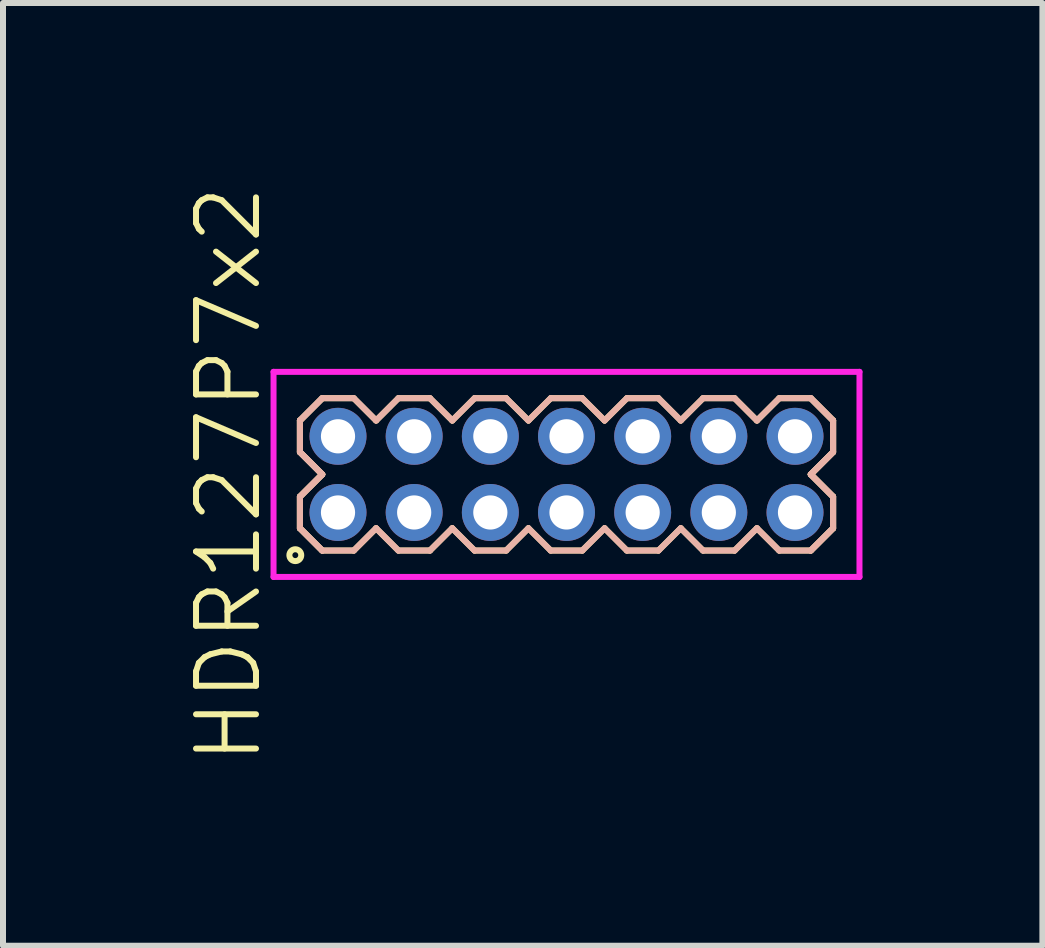
<source format=kicad_pcb>
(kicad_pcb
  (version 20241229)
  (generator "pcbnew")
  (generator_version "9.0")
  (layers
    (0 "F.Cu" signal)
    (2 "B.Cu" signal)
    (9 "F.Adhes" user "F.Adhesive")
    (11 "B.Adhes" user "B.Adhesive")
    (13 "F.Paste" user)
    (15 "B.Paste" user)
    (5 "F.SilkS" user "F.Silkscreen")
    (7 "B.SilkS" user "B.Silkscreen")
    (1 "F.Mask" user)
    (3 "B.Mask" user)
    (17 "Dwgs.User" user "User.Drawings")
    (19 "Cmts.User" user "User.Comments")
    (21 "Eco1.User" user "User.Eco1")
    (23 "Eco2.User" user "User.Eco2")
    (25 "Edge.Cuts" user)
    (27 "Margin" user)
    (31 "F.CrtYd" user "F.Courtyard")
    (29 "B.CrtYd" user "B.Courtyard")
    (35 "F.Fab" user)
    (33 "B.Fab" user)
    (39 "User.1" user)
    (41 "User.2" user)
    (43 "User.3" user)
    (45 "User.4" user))
  (footprint "HDR127P7x2"
    (layer "F.Cu")
    (at 6.396 4.86)
    (property "Reference" "HDR127P7x2" (at -5.635 0 90) (layer "F.SilkS") (effects (font (size 1 1) (thickness 0.1))))
    (attr through_hole)
    (fp_line (start -4.445 -0.898) (end -4.073 -1.27) (stroke (width 0.1) (type solid)) (layer "F.SilkS"))
    (fp_line (start -4.445 -0.898) (end -4.073 -1.27) (stroke (width 0.1) (type solid)) (layer "F.SilkS"))
    (fp_line (start -4.445 -0.372) (end -4.445 -0.898) (stroke (width 0.1) (type solid)) (layer "F.SilkS"))
    (fp_line (start -4.445 -0.372) (end -4.445 -0.898) (stroke (width 0.1) (type solid)) (layer "F.SilkS"))
    (fp_line (start -4.445 0.372) (end -4.073 0) (stroke (width 0.1) (type solid)) (layer "F.SilkS"))
    (fp_line (start -4.445 0.372) (end -4.073 0) (stroke (width 0.1) (type solid)) (layer "F.SilkS"))
    (fp_line (start -4.445 0.898) (end -4.445 0.372) (stroke (width 0.1) (type solid)) (layer "F.SilkS"))
    (fp_line (start -4.445 0.898) (end -4.445 0.372) (stroke (width 0.1) (type solid)) (layer "F.SilkS"))
    (fp_line (start -4.073 -1.27) (end -3.547 -1.27) (stroke (width 0.1) (type solid)) (layer "F.SilkS"))
    (fp_line (start -4.073 0) (end -4.445 -0.372) (stroke (width 0.1) (type solid)) (layer "F.SilkS"))
    (fp_line (start -4.073 0) (end -4.445 -0.372) (stroke (width 0.1) (type solid)) (layer "F.SilkS"))
    (fp_line (start -4.073 1.27) (end -4.445 0.898) (stroke (width 0.1) (type solid)) (layer "F.SilkS"))
    (fp_line (start -4.073 1.27) (end -4.445 0.898) (stroke (width 0.1) (type solid)) (layer "F.SilkS"))
    (fp_line (start -3.547 -1.27) (end -3.175 -0.898) (stroke (width 0.1) (type solid)) (layer "F.SilkS"))
    (fp_line (start -3.547 1.27) (end -4.073 1.27) (stroke (width 0.1) (type solid)) (layer "F.SilkS"))
    (fp_line (start -3.175 -0.898) (end -2.803 -1.27) (stroke (width 0.1) (type solid)) (layer "F.SilkS"))
    (fp_line (start -3.175 0.898) (end -3.547 1.27) (stroke (width 0.1) (type solid)) (layer "F.SilkS"))
    (fp_line (start -2.803 -1.27) (end -2.277 -1.27) (stroke (width 0.1) (type solid)) (layer "F.SilkS"))
    (fp_line (start -2.803 1.27) (end -3.175 0.898) (stroke (width 0.1) (type solid)) (layer "F.SilkS"))
    (fp_line (start -2.277 -1.27) (end -1.905 -0.898) (stroke (width 0.1) (type solid)) (layer "F.SilkS"))
    (fp_line (start -2.277 1.27) (end -2.803 1.27) (stroke (width 0.1) (type solid)) (layer "F.SilkS"))
    (fp_line (start -1.905 -0.898) (end -1.533 -1.27) (stroke (width 0.1) (type solid)) (layer "F.SilkS"))
    (fp_line (start -1.905 0.898) (end -2.277 1.27) (stroke (width 0.1) (type solid)) (layer "F.SilkS"))
    (fp_line (start -1.533 -1.27) (end -1.007 -1.27) (stroke (width 0.1) (type solid)) (layer "F.SilkS"))
    (fp_line (start -1.533 1.27) (end -1.905 0.898) (stroke (width 0.1) (type solid)) (layer "F.SilkS"))
    (fp_line (start -1.007 -1.27) (end -0.635 -0.898) (stroke (width 0.1) (type solid)) (layer "F.SilkS"))
    (fp_line (start -1.007 1.27) (end -1.533 1.27) (stroke (width 0.1) (type solid)) (layer "F.SilkS"))
    (fp_line (start -0.635 -0.898) (end -0.263 -1.27) (stroke (width 0.1) (type solid)) (layer "F.SilkS"))
    (fp_line (start -0.635 0.898) (end -1.007 1.27) (stroke (width 0.1) (type solid)) (layer "F.SilkS"))
    (fp_line (start -0.263 -1.27) (end 0.263 -1.27) (stroke (width 0.1) (type solid)) (layer "F.SilkS"))
    (fp_line (start -0.263 1.27) (end -0.635 0.898) (stroke (width 0.1) (type solid)) (layer "F.SilkS"))
    (fp_line (start 0.263 -1.27) (end 0.635 -0.898) (stroke (width 0.1) (type solid)) (layer "F.SilkS"))
    (fp_line (start 0.263 1.27) (end -0.263 1.27) (stroke (width 0.1) (type solid)) (layer "F.SilkS"))
    (fp_line (start 0.635 -0.898) (end 1.007 -1.27) (stroke (width 0.1) (type solid)) (layer "F.SilkS"))
    (fp_line (start 0.635 0.898) (end 0.263 1.27) (stroke (width 0.1) (type solid)) (layer "F.SilkS"))
    (fp_line (start 1.007 -1.27) (end 1.533 -1.27) (stroke (width 0.1) (type solid)) (layer "F.SilkS"))
    (fp_line (start 1.007 1.27) (end 0.635 0.898) (stroke (width 0.1) (type solid)) (layer "F.SilkS"))
    (fp_line (start 1.533 -1.27) (end 1.905 -0.898) (stroke (width 0.1) (type solid)) (layer "F.SilkS"))
    (fp_line (start 1.533 1.27) (end 1.007 1.27) (stroke (width 0.1) (type solid)) (layer "F.SilkS"))
    (fp_line (start 1.905 -0.898) (end 2.277 -1.27) (stroke (width 0.1) (type solid)) (layer "F.SilkS"))
    (fp_line (start 1.905 0.898) (end 1.533 1.27) (stroke (width 0.1) (type solid)) (layer "F.SilkS"))
    (fp_line (start 2.277 -1.27) (end 2.803 -1.27) (stroke (width 0.1) (type solid)) (layer "F.SilkS"))
    (fp_line (start 2.277 1.27) (end 1.905 0.898) (stroke (width 0.1) (type solid)) (layer "F.SilkS"))
    (fp_line (start 2.803 -1.27) (end 3.175 -0.898) (stroke (width 0.1) (type solid)) (layer "F.SilkS"))
    (fp_line (start 2.803 1.27) (end 2.277 1.27) (stroke (width 0.1) (type solid)) (layer "F.SilkS"))
    (fp_line (start 3.175 -0.898) (end 3.547 -1.27) (stroke (width 0.1) (type solid)) (layer "F.SilkS"))
    (fp_line (start 3.175 0.898) (end 2.803 1.27) (stroke (width 0.1) (type solid)) (layer "F.SilkS"))
    (fp_line (start 3.547 -1.27) (end 4.073 -1.27) (stroke (width 0.1) (type solid)) (layer "F.SilkS"))
    (fp_line (start 3.547 1.27) (end 3.175 0.898) (stroke (width 0.1) (type solid)) (layer "F.SilkS"))
    (fp_line (start 4.073 -1.27) (end 4.445 -0.898) (stroke (width 0.1) (type solid)) (layer "F.SilkS"))
    (fp_line (start 4.073 -1.27) (end 4.445 -0.898) (stroke (width 0.1) (type solid)) (layer "F.SilkS"))
    (fp_line (start 4.073 0) (end 4.445 0.372) (stroke (width 0.1) (type solid)) (layer "F.SilkS"))
    (fp_line (start 4.073 0) (end 4.445 0.372) (stroke (width 0.1) (type solid)) (layer "F.SilkS"))
    (fp_line (start 4.073 1.27) (end 3.547 1.27) (stroke (width 0.1) (type solid)) (layer "F.SilkS"))
    (fp_line (start 4.445 -0.898) (end 4.445 -0.372) (stroke (width 0.1) (type solid)) (layer "F.SilkS"))
    (fp_line (start 4.445 -0.898) (end 4.445 -0.372) (stroke (width 0.1) (type solid)) (layer "F.SilkS"))
    (fp_line (start 4.445 -0.372) (end 4.073 0) (stroke (width 0.1) (type solid)) (layer "F.SilkS"))
    (fp_line (start 4.445 -0.372) (end 4.073 0) (stroke (width 0.1) (type solid)) (layer "F.SilkS"))
    (fp_line (start 4.445 0.372) (end 4.445 0.898) (stroke (width 0.1) (type solid)) (layer "F.SilkS"))
    (fp_line (start 4.445 0.372) (end 4.445 0.898) (stroke (width 0.1) (type solid)) (layer "F.SilkS"))
    (fp_line (start 4.445 0.898) (end 4.073 1.27) (stroke (width 0.1) (type solid)) (layer "F.SilkS"))
    (fp_line (start 4.445 0.898) (end 4.073 1.27) (stroke (width 0.1) (type solid)) (layer "F.SilkS"))
    (fp_circle (center -4.522 1.347) (end -4.423 1.347) (stroke (width 0.1) (type solid)) (fill no) (layer "F.SilkS"))
    (fp_line (start -4.445 -0.898) (end -4.073 -1.27) (stroke (width 0.1) (type solid)) (layer "B.SilkS"))
    (fp_line (start -4.445 -0.898) (end -4.073 -1.27) (stroke (width 0.1) (type solid)) (layer "B.SilkS"))
    (fp_line (start -4.445 -0.372) (end -4.445 -0.898) (stroke (width 0.1) (type solid)) (layer "B.SilkS"))
    (fp_line (start -4.445 -0.372) (end -4.445 -0.898) (stroke (width 0.1) (type solid)) (layer "B.SilkS"))
    (fp_line (start -4.445 0.372) (end -4.073 0) (stroke (width 0.1) (type solid)) (layer "B.SilkS"))
    (fp_line (start -4.445 0.372) (end -4.073 0) (stroke (width 0.1) (type solid)) (layer "B.SilkS"))
    (fp_line (start -4.445 0.898) (end -4.445 0.372) (stroke (width 0.1) (type solid)) (layer "B.SilkS"))
    (fp_line (start -4.445 0.898) (end -4.445 0.372) (stroke (width 0.1) (type solid)) (layer "B.SilkS"))
    (fp_line (start -4.073 -1.27) (end -3.547 -1.27) (stroke (width 0.1) (type solid)) (layer "B.SilkS"))
    (fp_line (start -4.073 0) (end -4.445 -0.372) (stroke (width 0.1) (type solid)) (layer "B.SilkS"))
    (fp_line (start -4.073 0) (end -4.445 -0.372) (stroke (width 0.1) (type solid)) (layer "B.SilkS"))
    (fp_line (start -4.073 1.27) (end -4.445 0.898) (stroke (width 0.1) (type solid)) (layer "B.SilkS"))
    (fp_line (start -4.073 1.27) (end -4.445 0.898) (stroke (width 0.1) (type solid)) (layer "B.SilkS"))
    (fp_line (start -3.547 -1.27) (end -3.175 -0.898) (stroke (width 0.1) (type solid)) (layer "B.SilkS"))
    (fp_line (start -3.547 1.27) (end -4.073 1.27) (stroke (width 0.1) (type solid)) (layer "B.SilkS"))
    (fp_line (start -3.175 -0.898) (end -2.803 -1.27) (stroke (width 0.1) (type solid)) (layer "B.SilkS"))
    (fp_line (start -3.175 0.898) (end -3.547 1.27) (stroke (width 0.1) (type solid)) (layer "B.SilkS"))
    (fp_line (start -2.803 -1.27) (end -2.277 -1.27) (stroke (width 0.1) (type solid)) (layer "B.SilkS"))
    (fp_line (start -2.803 1.27) (end -3.175 0.898) (stroke (width 0.1) (type solid)) (layer "B.SilkS"))
    (fp_line (start -2.277 -1.27) (end -1.905 -0.898) (stroke (width 0.1) (type solid)) (layer "B.SilkS"))
    (fp_line (start -2.277 1.27) (end -2.803 1.27) (stroke (width 0.1) (type solid)) (layer "B.SilkS"))
    (fp_line (start -1.905 -0.898) (end -1.533 -1.27) (stroke (width 0.1) (type solid)) (layer "B.SilkS"))
    (fp_line (start -1.905 0.898) (end -2.277 1.27) (stroke (width 0.1) (type solid)) (layer "B.SilkS"))
    (fp_line (start -1.533 -1.27) (end -1.007 -1.27) (stroke (width 0.1) (type solid)) (layer "B.SilkS"))
    (fp_line (start -1.533 1.27) (end -1.905 0.898) (stroke (width 0.1) (type solid)) (layer "B.SilkS"))
    (fp_line (start -1.007 -1.27) (end -0.635 -0.898) (stroke (width 0.1) (type solid)) (layer "B.SilkS"))
    (fp_line (start -1.007 1.27) (end -1.533 1.27) (stroke (width 0.1) (type solid)) (layer "B.SilkS"))
    (fp_line (start -0.635 -0.898) (end -0.263 -1.27) (stroke (width 0.1) (type solid)) (layer "B.SilkS"))
    (fp_line (start -0.635 0.898) (end -1.007 1.27) (stroke (width 0.1) (type solid)) (layer "B.SilkS"))
    (fp_line (start -0.263 -1.27) (end 0.263 -1.27) (stroke (width 0.1) (type solid)) (layer "B.SilkS"))
    (fp_line (start -0.263 1.27) (end -0.635 0.898) (stroke (width 0.1) (type solid)) (layer "B.SilkS"))
    (fp_line (start 0.263 -1.27) (end 0.635 -0.898) (stroke (width 0.1) (type solid)) (layer "B.SilkS"))
    (fp_line (start 0.263 1.27) (end -0.263 1.27) (stroke (width 0.1) (type solid)) (layer "B.SilkS"))
    (fp_line (start 0.635 -0.898) (end 1.007 -1.27) (stroke (width 0.1) (type solid)) (layer "B.SilkS"))
    (fp_line (start 0.635 0.898) (end 0.263 1.27) (stroke (width 0.1) (type solid)) (layer "B.SilkS"))
    (fp_line (start 1.007 -1.27) (end 1.533 -1.27) (stroke (width 0.1) (type solid)) (layer "B.SilkS"))
    (fp_line (start 1.007 1.27) (end 0.635 0.898) (stroke (width 0.1) (type solid)) (layer "B.SilkS"))
    (fp_line (start 1.533 -1.27) (end 1.905 -0.898) (stroke (width 0.1) (type solid)) (layer "B.SilkS"))
    (fp_line (start 1.533 1.27) (end 1.007 1.27) (stroke (width 0.1) (type solid)) (layer "B.SilkS"))
    (fp_line (start 1.905 -0.898) (end 2.277 -1.27) (stroke (width 0.1) (type solid)) (layer "B.SilkS"))
    (fp_line (start 1.905 0.898) (end 1.533 1.27) (stroke (width 0.1) (type solid)) (layer "B.SilkS"))
    (fp_line (start 2.277 -1.27) (end 2.803 -1.27) (stroke (width 0.1) (type solid)) (layer "B.SilkS"))
    (fp_line (start 2.277 1.27) (end 1.905 0.898) (stroke (width 0.1) (type solid)) (layer "B.SilkS"))
    (fp_line (start 2.803 -1.27) (end 3.175 -0.898) (stroke (width 0.1) (type solid)) (layer "B.SilkS"))
    (fp_line (start 2.803 1.27) (end 2.277 1.27) (stroke (width 0.1) (type solid)) (layer "B.SilkS"))
    (fp_line (start 3.175 -0.898) (end 3.547 -1.27) (stroke (width 0.1) (type solid)) (layer "B.SilkS"))
    (fp_line (start 3.175 0.898) (end 2.803 1.27) (stroke (width 0.1) (type solid)) (layer "B.SilkS"))
    (fp_line (start 3.547 -1.27) (end 4.073 -1.27) (stroke (width 0.1) (type solid)) (layer "B.SilkS"))
    (fp_line (start 3.547 1.27) (end 3.175 0.898) (stroke (width 0.1) (type solid)) (layer "B.SilkS"))
    (fp_line (start 4.073 -1.27) (end 4.445 -0.898) (stroke (width 0.1) (type solid)) (layer "B.SilkS"))
    (fp_line (start 4.073 -1.27) (end 4.445 -0.898) (stroke (width 0.1) (type solid)) (layer "B.SilkS"))
    (fp_line (start 4.073 0) (end 4.445 0.372) (stroke (width 0.1) (type solid)) (layer "B.SilkS"))
    (fp_line (start 4.073 0) (end 4.445 0.372) (stroke (width 0.1) (type solid)) (layer "B.SilkS"))
    (fp_line (start 4.073 1.27) (end 3.547 1.27) (stroke (width 0.1) (type solid)) (layer "B.SilkS"))
    (fp_line (start 4.445 -0.898) (end 4.445 -0.372) (stroke (width 0.1) (type solid)) (layer "B.SilkS"))
    (fp_line (start 4.445 -0.898) (end 4.445 -0.372) (stroke (width 0.1) (type solid)) (layer "B.SilkS"))
    (fp_line (start 4.445 -0.372) (end 4.073 0) (stroke (width 0.1) (type solid)) (layer "B.SilkS"))
    (fp_line (start 4.445 -0.372) (end 4.073 0) (stroke (width 0.1) (type solid)) (layer "B.SilkS"))
    (fp_line (start 4.445 0.372) (end 4.445 0.898) (stroke (width 0.1) (type solid)) (layer "B.SilkS"))
    (fp_line (start 4.445 0.372) (end 4.445 0.898) (stroke (width 0.1) (type solid)) (layer "B.SilkS"))
    (fp_line (start 4.445 0.898) (end 4.073 1.27) (stroke (width 0.1) (type solid)) (layer "B.SilkS"))
    (fp_line (start 4.445 0.898) (end 4.073 1.27) (stroke (width 0.1) (type solid)) (layer "B.SilkS"))
    (fp_line (start -4.885 -1.71) (end -4.885 1.71) (stroke (width 0.1) (type solid)) (layer "F.CrtYd"))
    (fp_line (start -4.885 1.71) (end 4.885 1.71) (stroke (width 0.1) (type solid)) (layer "F.CrtYd"))
    (fp_line (start 4.885 -1.71) (end -4.885 -1.71) (stroke (width 0.1) (type solid)) (layer "F.CrtYd"))
    (fp_line (start 4.885 1.71) (end 4.885 -1.71) (stroke (width 0.1) (type solid)) (layer "F.CrtYd"))
    (pad "1" thru_hole oval (at -3.81 0.635) (size 0.95 0.95) (drill 0.57) (layers "*.Cu" "*.Mask"))
    (pad "2" thru_hole oval (at -3.81 -0.635) (size 0.95 0.95) (drill 0.57) (layers "*.Cu" "*.Mask"))
    (pad "3" thru_hole oval (at -2.54 0.635) (size 0.95 0.95) (drill 0.57) (layers "*.Cu" "*.Mask"))
    (pad "4" thru_hole oval (at -2.54 -0.635) (size 0.95 0.95) (drill 0.57) (layers "*.Cu" "*.Mask"))
    (pad "5" thru_hole oval (at -1.27 0.635) (size 0.95 0.95) (drill 0.57) (layers "*.Cu" "*.Mask"))
    (pad "6" thru_hole oval (at -1.27 -0.635) (size 0.95 0.95) (drill 0.57) (layers "*.Cu" "*.Mask"))
    (pad "7" thru_hole oval (at 0 0.635) (size 0.95 0.95) (drill 0.57) (layers "*.Cu" "*.Mask"))
    (pad "8" thru_hole oval (at 0 -0.635) (size 0.95 0.95) (drill 0.57) (layers "*.Cu" "*.Mask"))
    (pad "9" thru_hole oval (at 1.27 0.635) (size 0.95 0.95) (drill 0.57) (layers "*.Cu" "*.Mask"))
    (pad "10" thru_hole oval (at 1.27 -0.635) (size 0.95 0.95) (drill 0.57) (layers "*.Cu" "*.Mask"))
    (pad "11" thru_hole oval (at 2.54 0.635) (size 0.95 0.95) (drill 0.57) (layers "*.Cu" "*.Mask"))
    (pad "12" thru_hole oval (at 2.54 -0.635) (size 0.95 0.95) (drill 0.57) (layers "*.Cu" "*.Mask"))
    (pad "13" thru_hole oval (at 3.81 0.635) (size 0.95 0.95) (drill 0.57) (layers "*.Cu" "*.Mask"))
    (pad "14" thru_hole oval (at 3.81 -0.635) (size 0.95 0.95) (drill 0.57) (layers "*.Cu" "*.Mask")))
  (gr_rect
    (start -3 -3)
    (end 14.331 12.719)
    (stroke (width 0.1) (type default))
    (fill no)
    (layer "Edge.Cuts")))
</source>
